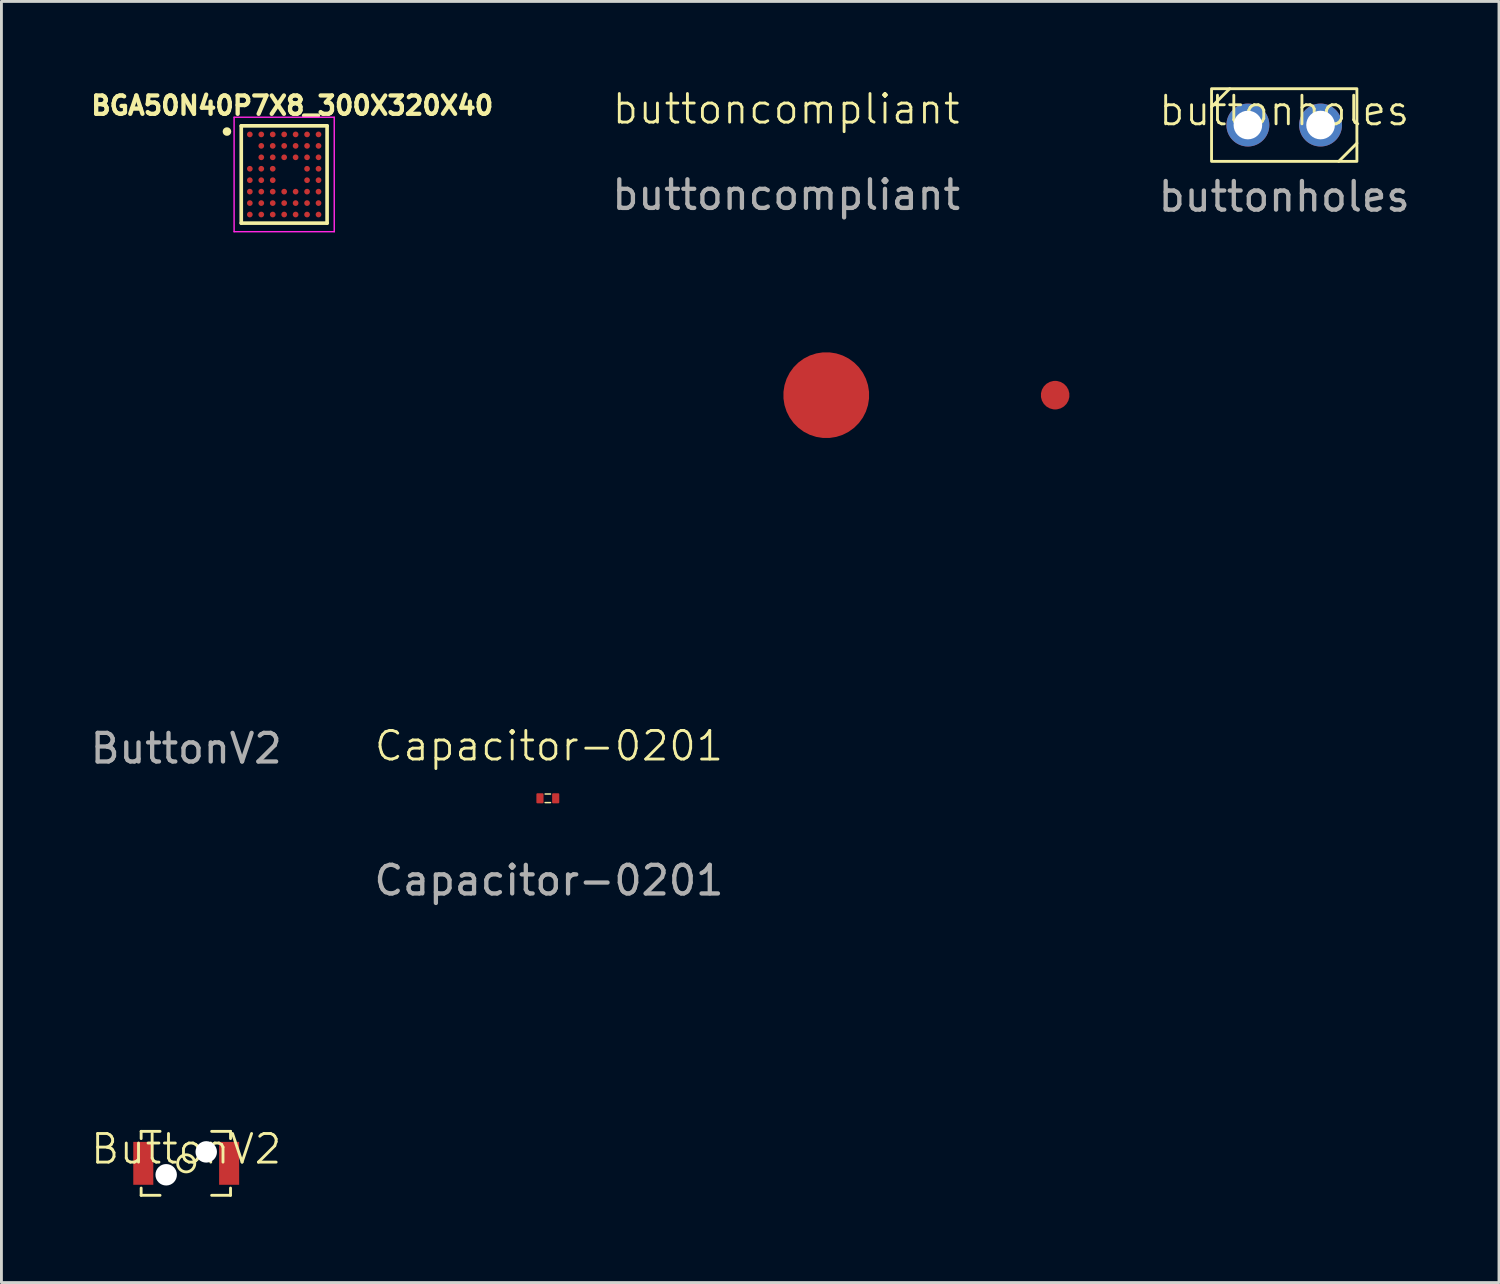
<source format=kicad_pcb>
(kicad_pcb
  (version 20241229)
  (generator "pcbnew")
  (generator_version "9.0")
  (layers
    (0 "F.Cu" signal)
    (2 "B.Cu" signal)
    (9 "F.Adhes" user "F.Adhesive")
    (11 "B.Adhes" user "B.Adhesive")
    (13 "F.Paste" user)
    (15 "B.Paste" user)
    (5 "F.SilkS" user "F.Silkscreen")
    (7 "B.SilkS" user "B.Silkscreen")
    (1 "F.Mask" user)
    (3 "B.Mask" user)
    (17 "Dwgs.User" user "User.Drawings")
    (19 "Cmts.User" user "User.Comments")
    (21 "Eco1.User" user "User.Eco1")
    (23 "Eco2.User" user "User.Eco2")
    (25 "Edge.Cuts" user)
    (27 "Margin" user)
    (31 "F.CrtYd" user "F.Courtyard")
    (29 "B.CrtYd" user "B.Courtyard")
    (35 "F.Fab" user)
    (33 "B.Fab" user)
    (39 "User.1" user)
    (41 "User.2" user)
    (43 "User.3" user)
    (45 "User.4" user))
  (footprint "BGA50N40P7X8_300X320X40"
    (layer "F.Cu")
    (at 6.882 3.048)
    (property "Reference" "BGA50N40P7X8_300X320X40" (at 0.282 -2.409 0) (layer "F.SilkS") (effects (font (size 0.641 0.641) (thickness 0.15))))
    (attr smd)
    (fp_circle (center -1.2 -1.4) (end -1.03 -1.4) (stroke (width 0) (type solid)) (fill yes) (layer "F.Mask"))
    (fp_circle (center -1.2 -0.2) (end -1.03 -0.2) (stroke (width 0) (type solid)) (fill yes) (layer "F.Mask"))
    (fp_circle (center -1.2 0.2) (end -1.03 0.2) (stroke (width 0) (type solid)) (fill yes) (layer "F.Mask"))
    (fp_circle (center -1.2 0.6) (end -1.03 0.6) (stroke (width 0) (type solid)) (fill yes) (layer "F.Mask"))
    (fp_circle (center -1.2 1) (end -1.03 1) (stroke (width 0) (type solid)) (fill yes) (layer "F.Mask"))
    (fp_circle (center -1.2 1.4) (end -1.03 1.4) (stroke (width 0) (type solid)) (fill yes) (layer "F.Mask"))
    (fp_circle (center -0.8 -1.4) (end -0.63 -1.4) (stroke (width 0) (type solid)) (fill yes) (layer "F.Mask"))
    (fp_circle (center -0.8 -1) (end -0.63 -1) (stroke (width 0) (type solid)) (fill yes) (layer "F.Mask"))
    (fp_circle (center -0.8 -0.6) (end -0.63 -0.6) (stroke (width 0) (type solid)) (fill yes) (layer "F.Mask"))
    (fp_circle (center -0.8 -0.2) (end -0.63 -0.2) (stroke (width 0) (type solid)) (fill yes) (layer "F.Mask"))
    (fp_circle (center -0.8 0.2) (end -0.63 0.2) (stroke (width 0) (type solid)) (fill yes) (layer "F.Mask"))
    (fp_circle (center -0.8 0.6) (end -0.63 0.6) (stroke (width 0) (type solid)) (fill yes) (layer "F.Mask"))
    (fp_circle (center -0.8 1) (end -0.63 1) (stroke (width 0) (type solid)) (fill yes) (layer "F.Mask"))
    (fp_circle (center -0.8 1.4) (end -0.63 1.4) (stroke (width 0) (type solid)) (fill yes) (layer "F.Mask"))
    (fp_circle (center -0.4 -1.4) (end -0.23 -1.4) (stroke (width 0) (type solid)) (fill yes) (layer "F.Mask"))
    (fp_circle (center -0.4 -1) (end -0.23 -1) (stroke (width 0) (type solid)) (fill yes) (layer "F.Mask"))
    (fp_circle (center -0.4 -0.6) (end -0.23 -0.6) (stroke (width 0) (type solid)) (fill yes) (layer "F.Mask"))
    (fp_circle (center -0.4 -0.2) (end -0.23 -0.2) (stroke (width 0) (type solid)) (fill yes) (layer "F.Mask"))
    (fp_circle (center -0.4 0.2) (end -0.23 0.2) (stroke (width 0) (type solid)) (fill yes) (layer "F.Mask"))
    (fp_circle (center -0.4 0.6) (end -0.23 0.6) (stroke (width 0) (type solid)) (fill yes) (layer "F.Mask"))
    (fp_circle (center -0.4 1) (end -0.23 1) (stroke (width 0) (type solid)) (fill yes) (layer "F.Mask"))
    (fp_circle (center -0.4 1.4) (end -0.23 1.4) (stroke (width 0) (type solid)) (fill yes) (layer "F.Mask"))
    (fp_circle (center 0 -1.4) (end 0.17 -1.4) (stroke (width 0) (type solid)) (fill yes) (layer "F.Mask"))
    (fp_circle (center 0 -1) (end 0.17 -1) (stroke (width 0) (type solid)) (fill yes) (layer "F.Mask"))
    (fp_circle (center 0 -0.6) (end 0.17 -0.6) (stroke (width 0) (type solid)) (fill yes) (layer "F.Mask"))
    (fp_circle (center 0 0.6) (end 0.17 0.6) (stroke (width 0) (type solid)) (fill yes) (layer "F.Mask"))
    (fp_circle (center 0 1) (end 0.17 1) (stroke (width 0) (type solid)) (fill yes) (layer "F.Mask"))
    (fp_circle (center 0 1.4) (end 0.17 1.4) (stroke (width 0) (type solid)) (fill yes) (layer "F.Mask"))
    (fp_circle (center 0.4 -1.4) (end 0.57 -1.4) (stroke (width 0) (type solid)) (fill yes) (layer "F.Mask"))
    (fp_circle (center 0.4 -1) (end 0.57 -1) (stroke (width 0) (type solid)) (fill yes) (layer "F.Mask"))
    (fp_circle (center 0.4 -0.6) (end 0.57 -0.6) (stroke (width 0) (type solid)) (fill yes) (layer "F.Mask"))
    (fp_circle (center 0.4 0.6) (end 0.57 0.6) (stroke (width 0) (type solid)) (fill yes) (layer "F.Mask"))
    (fp_circle (center 0.4 1) (end 0.57 1) (stroke (width 0) (type solid)) (fill yes) (layer "F.Mask"))
    (fp_circle (center 0.4 1.4) (end 0.57 1.4) (stroke (width 0) (type solid)) (fill yes) (layer "F.Mask"))
    (fp_circle (center 0.8 -1.4) (end 0.97 -1.4) (stroke (width 0) (type solid)) (fill yes) (layer "F.Mask"))
    (fp_circle (center 0.8 -1) (end 0.97 -1) (stroke (width 0) (type solid)) (fill yes) (layer "F.Mask"))
    (fp_circle (center 0.8 -0.6) (end 0.97 -0.6) (stroke (width 0) (type solid)) (fill yes) (layer "F.Mask"))
    (fp_circle (center 0.8 -0.2) (end 0.97 -0.2) (stroke (width 0) (type solid)) (fill yes) (layer "F.Mask"))
    (fp_circle (center 0.8 0.2) (end 0.97 0.2) (stroke (width 0) (type solid)) (fill yes) (layer "F.Mask"))
    (fp_circle (center 0.8 0.6) (end 0.97 0.6) (stroke (width 0) (type solid)) (fill yes) (layer "F.Mask"))
    (fp_circle (center 0.8 1) (end 0.97 1) (stroke (width 0) (type solid)) (fill yes) (layer "F.Mask"))
    (fp_circle (center 0.8 1.4) (end 0.97 1.4) (stroke (width 0) (type solid)) (fill yes) (layer "F.Mask"))
    (fp_circle (center 1.2 -1.4) (end 1.37 -1.4) (stroke (width 0) (type solid)) (fill yes) (layer "F.Mask"))
    (fp_circle (center 1.2 -1) (end 1.37 -1) (stroke (width 0) (type solid)) (fill yes) (layer "F.Mask"))
    (fp_circle (center 1.2 -0.6) (end 1.37 -0.6) (stroke (width 0) (type solid)) (fill yes) (layer "F.Mask"))
    (fp_circle (center 1.2 -0.2) (end 1.37 -0.2) (stroke (width 0) (type solid)) (fill yes) (layer "F.Mask"))
    (fp_circle (center 1.2 0.2) (end 1.37 0.2) (stroke (width 0) (type solid)) (fill yes) (layer "F.Mask"))
    (fp_circle (center 1.2 0.6) (end 1.37 0.6) (stroke (width 0) (type solid)) (fill yes) (layer "F.Mask"))
    (fp_circle (center 1.2 1) (end 1.37 1) (stroke (width 0) (type solid)) (fill yes) (layer "F.Mask"))
    (fp_circle (center 1.2 1.4) (end 1.37 1.4) (stroke (width 0) (type solid)) (fill yes) (layer "F.Mask"))
    (fp_line (start -1.5 -1.7) (end 1.5 -1.7) (stroke (width 0.127) (type solid)) (layer "F.SilkS"))
    (fp_line (start -1.5 1.7) (end -1.5 -1.7) (stroke (width 0.127) (type solid)) (layer "F.SilkS"))
    (fp_line (start 1.5 -1.7) (end 1.5 1.7) (stroke (width 0.127) (type solid)) (layer "F.SilkS"))
    (fp_line (start 1.5 1.7) (end -1.5 1.7) (stroke (width 0.127) (type solid)) (layer "F.SilkS"))
    (fp_circle (center -2 -1.5) (end -1.925 -1.5) (stroke (width 0.15) (type solid)) (fill no) (layer "F.SilkS"))
    (fp_line (start -1.75 -2) (end 1.75 -2) (stroke (width 0.05) (type solid)) (layer "F.CrtYd"))
    (fp_line (start -1.75 2) (end -1.75 -2) (stroke (width 0.05) (type solid)) (layer "F.CrtYd"))
    (fp_line (start 1.75 -2) (end 1.75 2) (stroke (width 0.05) (type solid)) (layer "F.CrtYd"))
    (fp_line (start 1.75 2) (end -1.75 2) (stroke (width 0.05) (type solid)) (layer "F.CrtYd"))
    (pad "A1" smd circle (at -1.2 -1.4) (size 0.2 0.2) (layers "F.Cu" "F.Paste"))
    (pad "A2" smd circle (at -0.8 -1.4) (size 0.2 0.2) (layers "F.Cu" "F.Paste"))
    (pad "A3" smd circle (at -0.4 -1.4) (size 0.2 0.2) (layers "F.Cu" "F.Paste"))
    (pad "A4" smd circle (at 0 -1.4) (size 0.2 0.2) (layers "F.Cu" "F.Paste"))
    (pad "A5" smd circle (at 0.4 -1.4) (size 0.2 0.2) (layers "F.Cu" "F.Paste"))
    (pad "A6" smd circle (at 0.8 -1.4) (size 0.2 0.2) (layers "F.Cu" "F.Paste"))
    (pad "A7" smd circle (at 1.2 -1.4) (size 0.2 0.2) (layers "F.Cu" "F.Paste"))
    (pad "B2" smd circle (at -0.8 -1) (size 0.2 0.2) (layers "F.Cu" "F.Paste"))
    (pad "B3" smd circle (at -0.4 -1) (size 0.2 0.2) (layers "F.Cu" "F.Paste"))
    (pad "B4" smd circle (at 0 -1) (size 0.2 0.2) (layers "F.Cu" "F.Paste"))
    (pad "B5" smd circle (at 0.4 -1) (size 0.2 0.2) (layers "F.Cu" "F.Paste"))
    (pad "B6" smd circle (at 0.8 -1) (size 0.2 0.2) (layers "F.Cu" "F.Paste"))
    (pad "B7" smd circle (at 1.2 -1) (size 0.2 0.2) (layers "F.Cu" "F.Paste"))
    (pad "C2" smd circle (at -0.8 -0.6) (size 0.2 0.2) (layers "F.Cu" "F.Paste"))
    (pad "C3" smd circle (at -0.4 -0.6) (size 0.2 0.2) (layers "F.Cu" "F.Paste"))
    (pad "C4" smd circle (at 0 -0.6) (size 0.2 0.2) (layers "F.Cu" "F.Paste"))
    (pad "C5" smd circle (at 0.4 -0.6) (size 0.2 0.2) (layers "F.Cu" "F.Paste"))
    (pad "C6" smd circle (at 0.8 -0.6) (size 0.2 0.2) (layers "F.Cu" "F.Paste"))
    (pad "C7" smd circle (at 1.2 -0.6) (size 0.2 0.2) (layers "F.Cu" "F.Paste"))
    (pad "D1" smd circle (at -1.2 -0.2) (size 0.2 0.2) (layers "F.Cu" "F.Paste"))
    (pad "D2" smd circle (at -0.8 -0.2) (size 0.2 0.2) (layers "F.Cu" "F.Paste"))
    (pad "D3" smd circle (at -0.4 -0.2) (size 0.2 0.2) (layers "F.Cu" "F.Paste"))
    (pad "D6" smd circle (at 0.8 -0.2) (size 0.2 0.2) (layers "F.Cu" "F.Paste"))
    (pad "D7" smd circle (at 1.2 -0.2) (size 0.2 0.2) (layers "F.Cu" "F.Paste"))
    (pad "E1" smd circle (at -1.2 0.2) (size 0.2 0.2) (layers "F.Cu" "F.Paste"))
    (pad "E2" smd circle (at -0.8 0.2) (size 0.2 0.2) (layers "F.Cu" "F.Paste"))
    (pad "E3" smd circle (at -0.4 0.2) (size 0.2 0.2) (layers "F.Cu" "F.Paste"))
    (pad "E6" smd circle (at 0.8 0.2) (size 0.2 0.2) (layers "F.Cu" "F.Paste"))
    (pad "E7" smd circle (at 1.2 0.2) (size 0.2 0.2) (layers "F.Cu" "F.Paste"))
    (pad "F1" smd circle (at -1.2 0.6) (size 0.2 0.2) (layers "F.Cu" "F.Paste"))
    (pad "F2" smd circle (at -0.8 0.6) (size 0.2 0.2) (layers "F.Cu" "F.Paste"))
    (pad "F3" smd circle (at -0.4 0.6) (size 0.2 0.2) (layers "F.Cu" "F.Paste"))
    (pad "F4" smd circle (at 0 0.6) (size 0.2 0.2) (layers "F.Cu" "F.Paste"))
    (pad "F5" smd circle (at 0.4 0.6) (size 0.2 0.2) (layers "F.Cu" "F.Paste"))
    (pad "F6" smd circle (at 0.8 0.6) (size 0.2 0.2) (layers "F.Cu" "F.Paste"))
    (pad "F7" smd circle (at 1.2 0.6) (size 0.2 0.2) (layers "F.Cu" "F.Paste"))
    (pad "G1" smd circle (at -1.2 1) (size 0.2 0.2) (layers "F.Cu" "F.Paste"))
    (pad "G2" smd circle (at -0.8 1) (size 0.2 0.2) (layers "F.Cu" "F.Paste"))
    (pad "G3" smd circle (at -0.4 1) (size 0.2 0.2) (layers "F.Cu" "F.Paste"))
    (pad "G4" smd circle (at 0 1) (size 0.2 0.2) (layers "F.Cu" "F.Paste"))
    (pad "G5" smd circle (at 0.4 1) (size 0.2 0.2) (layers "F.Cu" "F.Paste"))
    (pad "G6" smd circle (at 0.8 1) (size 0.2 0.2) (layers "F.Cu" "F.Paste"))
    (pad "G7" smd circle (at 1.2 1) (size 0.2 0.2) (layers "F.Cu" "F.Paste"))
    (pad "H1" smd circle (at -1.2 1.4) (size 0.2 0.2) (layers "F.Cu" "F.Paste"))
    (pad "H2" smd circle (at -0.8 1.4) (size 0.2 0.2) (layers "F.Cu" "F.Paste"))
    (pad "H3" smd circle (at -0.4 1.4) (size 0.2 0.2) (layers "F.Cu" "F.Paste"))
    (pad "H4" smd circle (at 0 1.4) (size 0.2 0.2) (layers "F.Cu" "F.Paste"))
    (pad "H5" smd circle (at 0.4 1.4) (size 0.2 0.2) (layers "F.Cu" "F.Paste"))
    (pad "H6" smd circle (at 0.8 1.4) (size 0.2 0.2) (layers "F.Cu" "F.Paste"))
    (pad "H7" smd circle (at 1.2 1.4) (size 0.2 0.2) (layers "F.Cu" "F.Paste")))
  (footprint "ButtonV2"
    (layer "F.Cu")
    (at 3.458 37.609)
    (property "Reference" "ButtonV2" (at 0 -0.5 0) (unlocked yes) (layer "F.SilkS") (effects (font (size 1 1) (thickness 0.1))))
    (attr smd)
    (fp_line (start -1.575 -0.864) (end -1.575 -1.118) (stroke (width 0.1) (type default)) (layer "F.SilkS"))
    (fp_line (start -1.575 1.118) (end -1.575 0.864) (stroke (width 0.1) (type default)) (layer "F.SilkS"))
    (fp_line (start -0.914 -1.118) (end -1.575 -1.118) (stroke (width 0.1) (type default)) (layer "F.SilkS"))
    (fp_line (start -0.914 1.118) (end -1.575 1.118) (stroke (width 0.1) (type default)) (layer "F.SilkS"))
    (fp_line (start 0.889 -1.118) (end 1.549 -1.118) (stroke (width 0.1) (type default)) (layer "F.SilkS"))
    (fp_line (start 1.549 -1.118) (end 1.549 -0.864) (stroke (width 0.1) (type default)) (layer "F.SilkS"))
    (fp_line (start 1.549 0.864) (end 1.549 1.118) (stroke (width 0.1) (type default)) (layer "F.SilkS"))
    (fp_line (start 1.549 1.118) (end 0.889 1.118) (stroke (width 0.1) (type default)) (layer "F.SilkS"))
    (fp_circle (center 0 0) (end 0.3 0) (stroke (width 0.1) (type default)) (fill no) (layer "F.SilkS"))
    (fp_text user "${REFERENCE}" (at 0 -14.5 0) (unlocked yes) (layer "F.Fab") (effects (font (size 1 1) (thickness 0.15))))
    (pad "" np_thru_hole circle (at -0.7 0.4) (size 0.75 0.75) (drill 0.75) (layers "*.Cu" "*.Mask"))
    (pad "" np_thru_hole circle (at 0.7 -0.4) (size 0.75 0.75) (drill 0.75) (layers "*.Cu" "*.Mask"))
    (pad "1" smd rect (at -1.5 0) (size 0.7 1.5) (layers "F.Cu" "F.Mask" "F.Paste"))
    (pad "2" smd rect (at 1.5 0) (size 0.7 1.5) (layers "F.Cu" "F.Mask" "F.Paste")))
  (footprint "buttonholes"
    (layer "F.Cu")
    (at 41.834 1.32)
    (property "Reference" "buttonholes" (at 0 -0.5 0) (unlocked yes) (layer "F.SilkS") (effects (font (size 1 1) (thickness 0.1))))
    (attr smd)
    (fp_line (start -1.905 -1.27) (end -2.54 -0.635) (stroke (width 0.1) (type default)) (layer "F.SilkS"))
    (fp_line (start 2.54 0.635) (end 1.905 1.27) (stroke (width 0.1) (type default)) (layer "F.SilkS"))
    (fp_rect (start -2.54 -1.27) (end 2.54 1.27) (stroke (width 0.1) (type default)) (fill no) (layer "F.SilkS"))
    (fp_text user "${REFERENCE}" (at 0 2.5 0) (unlocked yes) (layer "F.Fab") (effects (font (size 1 1) (thickness 0.15))))
    (pad "1" thru_hole circle (at -1.27 0 90) (size 1.5 1.5) (drill 1) (layers "*.Cu" "*.Mask"))
    (pad "2" thru_hole circle (at 1.27 0 90) (size 1.5 1.5) (drill 1) (layers "*.Cu" "*.Mask")))
  (footprint "Capacitor-0201"
    (layer "F.Cu")
    (at 16.097 24.851)
    (property "Reference" "Capacitor-0201" (at 0.04 -1.83 0) (unlocked yes) (layer "F.SilkS") (effects (font (size 1 1) (thickness 0.1))))
    (attr smd)
    (fp_line (start -0.095 -0.15) (end 0.095 -0.15) (stroke (width 0.05) (type default)) (layer "F.SilkS"))
    (fp_line (start -0.095 0.15) (end 0.095 0.15) (stroke (width 0.05) (type default)) (layer "F.SilkS"))
    (fp_rect (start -0.5 -0.28) (end 0.5 0.28) (stroke (width 0.001) (type default)) (fill no) (layer "F.CrtYd"))
    (fp_text user "${REFERENCE}" (at 0.04 2.87 0) (unlocked yes) (layer "F.Fab") (effects (font (size 1 1) (thickness 0.15))))
    (pad "1" smd roundrect (at -0.275 0 90) (size 0.35 0.25) (layers "F.Cu" "F.Mask" "F.Paste") (roundrect_rratio 0.131))
    (pad "2" smd roundrect (at 0.275 0 90) (size 0.35 0.25) (layers "F.Cu" "F.Mask" "F.Paste") (roundrect_rratio 0.131)))
  (footprint "buttoncompliant"
    (layer "F.Cu")
    (at 25.828 10.761)
    (property "Reference" "buttoncompliant" (at -1.4 -10 0) (unlocked yes) (layer "F.SilkS") (effects (font (size 1 1) (thickness 0.1))))
    (attr smd)
    (fp_circle (center 0 0) (end 8 0) (stroke (width 1) (type default)) (fill no) (layer "F.Mask"))
    (fp_text user "${REFERENCE}" (at -1.4 -7 0) (unlocked yes) (layer "F.Fab") (effects (font (size 1 1) (thickness 0.15))))
    (pad "2" smd custom (at 0 0) (size 0.001 0.001) (layers "F.Cu" "F.Mask" "F.Paste") (options (anchor circle)) (primitives (gr_arc (start 8 0) (mid -8 0) (end 8 0) (width 1))))
    (pad "3" smd custom (at 0 0) (size 3 3) (layers "F.Cu" "F.Mask" "F.Paste") (options (anchor circle)) (primitives)))
  (gr_rect
    (start -3 -3)
    (end 49.34 41.776)
    (stroke (width 0.1) (type default))
    (fill no)
    (layer "Edge.Cuts")))
</source>
